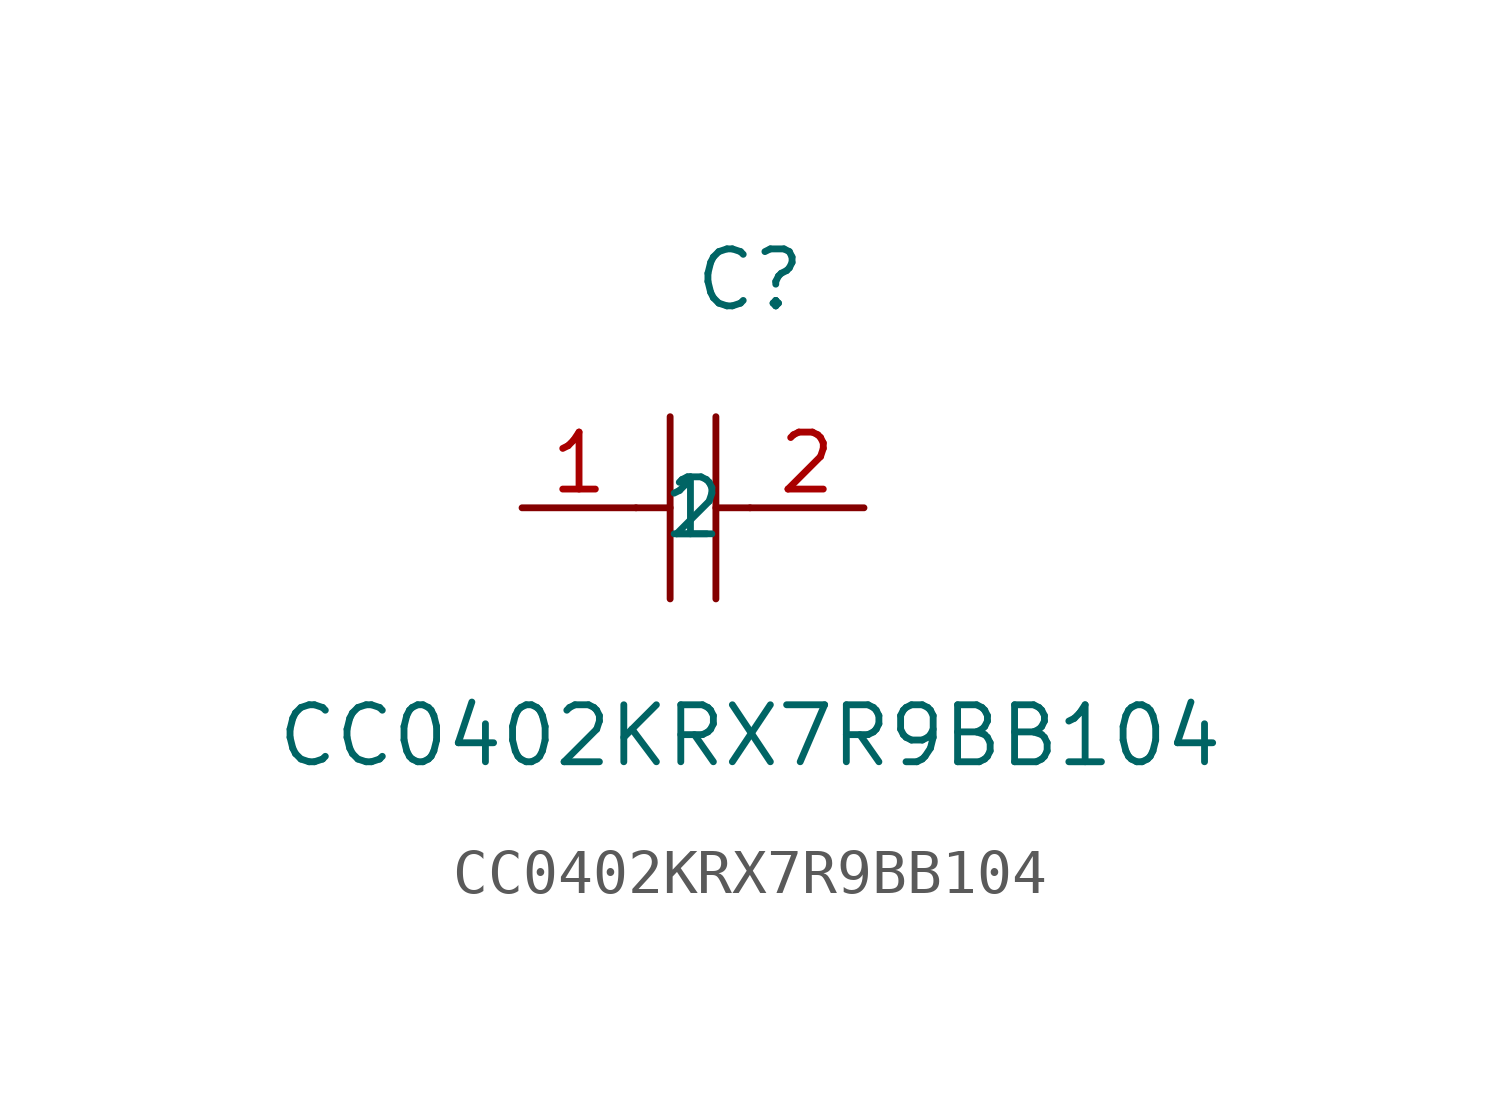
<source format=kicad_sym>
(kicad_symbol_lib
  (version 1)
  (generator "faebryk")
  (symbol "CC0402KRX7R9BB104"
    (property "Reference" "C"
      (at 0 5.08 0)
      (effects (font (size 1.27 1.27)) (hide no)))
    (property "Value" "CC0402KRX7R9BB104"
      (at 0 -5.08 0)
      (effects (font (size 1.27 1.27)) (hide no)))
    (symbol "CC0402KRX7R9BB104_0_1"
      (polyline (stroke (width 0) (type default) (color 0 0 0 0)) (fill (type none)) (pts (xy -1.78 2.03) (xy -1.78 -2.03)))
      (polyline (stroke (width 0) (type default) (color 0 0 0 0)) (fill (type none)) (pts (xy -0.76 2.03) (xy -0.76 -2.03)))
      (polyline (stroke (width 0) (type default) (color 0 0 0 0)) (fill (type none)) (pts (xy -2.54 0) (xy -1.78 0)))
      (polyline (stroke (width 0) (type default) (color 0 0 0 0)) (fill (type none)) (pts (xy -0.76 0) (xy 0 0)))
      (pin input line (at -5.08 0 0) (length 2.54) (name "1" (effects (font (size 1.27 1.27)) (hide no))) (number "1" (effects (font (size 1.27 1.27)) (hide no))))
      (pin input line (at 2.54 0 180) (length 2.54) (name "2" (effects (font (size 1.27 1.27)) (hide no))) (number "2" (effects (font (size 1.27 1.27)) (hide no)))))))
</source>
